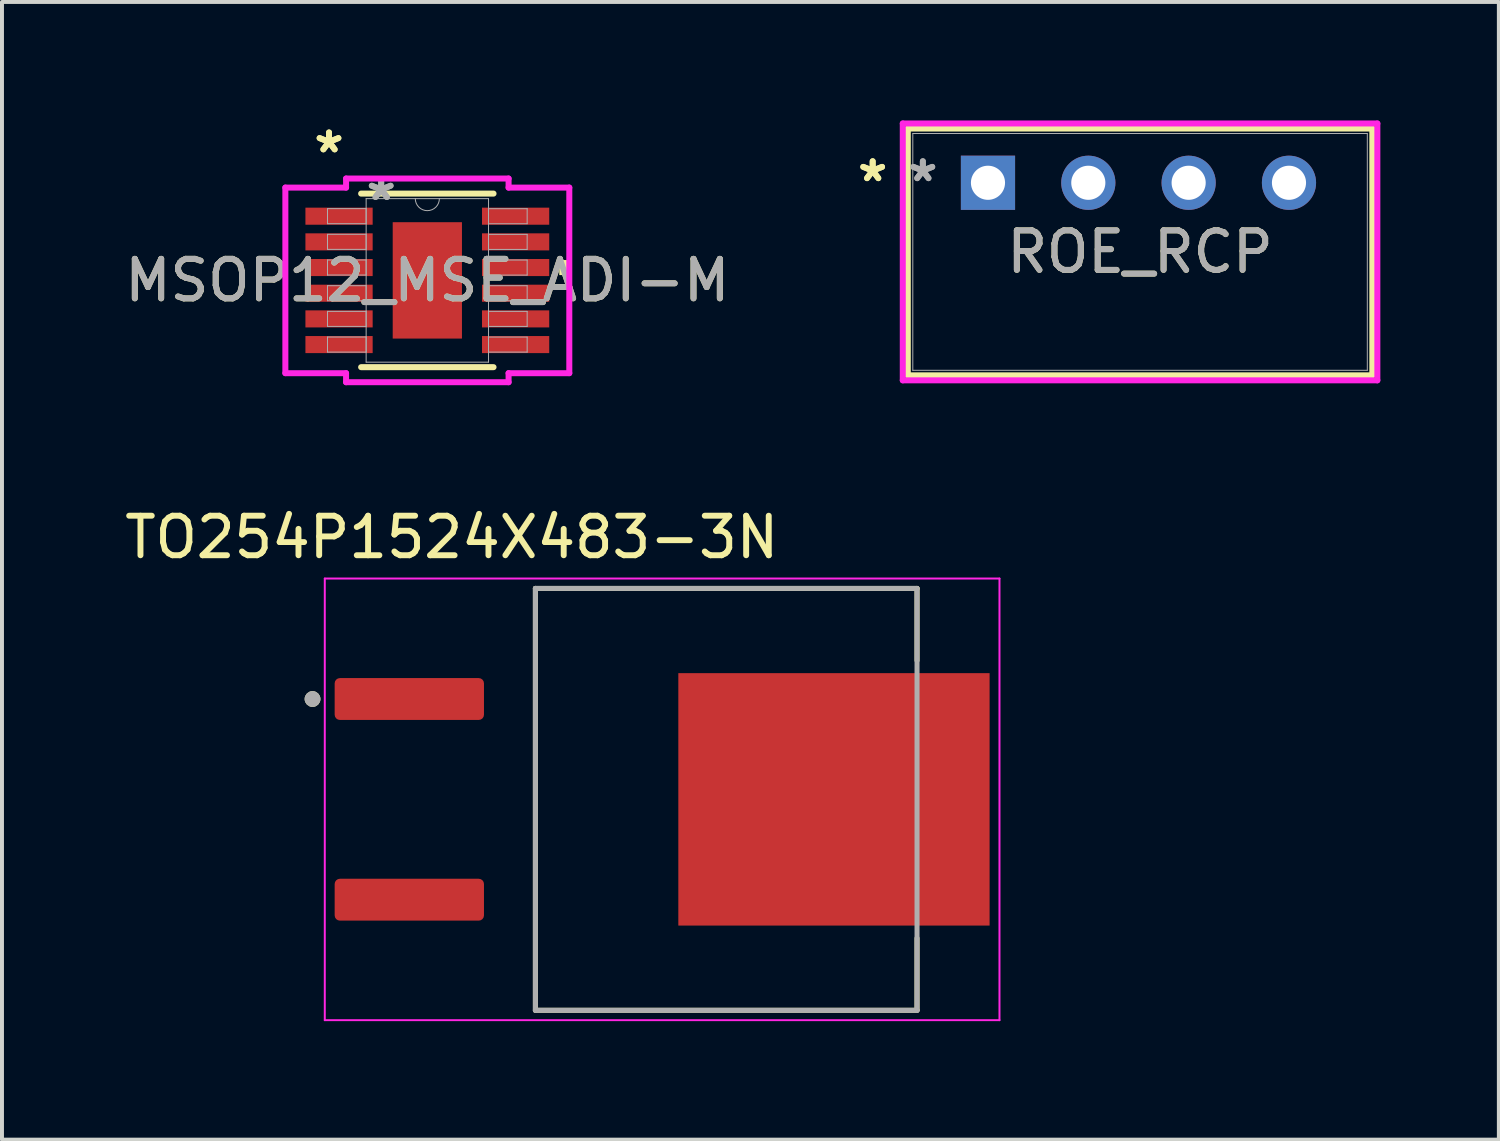
<source format=kicad_pcb>
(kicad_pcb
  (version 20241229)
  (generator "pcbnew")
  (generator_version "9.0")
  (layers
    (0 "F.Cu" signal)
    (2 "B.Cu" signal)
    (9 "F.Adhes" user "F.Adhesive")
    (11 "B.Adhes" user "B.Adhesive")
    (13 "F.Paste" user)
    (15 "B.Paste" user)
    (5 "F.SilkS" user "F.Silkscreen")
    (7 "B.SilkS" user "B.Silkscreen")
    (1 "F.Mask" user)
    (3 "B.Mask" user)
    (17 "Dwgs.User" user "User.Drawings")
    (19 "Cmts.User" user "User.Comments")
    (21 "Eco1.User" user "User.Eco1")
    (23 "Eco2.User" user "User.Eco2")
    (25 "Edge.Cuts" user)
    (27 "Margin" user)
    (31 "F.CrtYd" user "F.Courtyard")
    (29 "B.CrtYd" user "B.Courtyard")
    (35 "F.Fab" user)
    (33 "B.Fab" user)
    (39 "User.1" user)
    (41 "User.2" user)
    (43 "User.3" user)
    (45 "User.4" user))
  (footprint "ROE_RCP"
    (layer "F.Cu")
    (at 21.961 1.577)
    (property "Reference" "ROE_RCP" (at 3.85 1.75 0) (unlocked yes) (layer "F.SilkS") (effects (font (size 1 1) (thickness 0.15))))
    (attr through_hole)
    (fp_line (start -2.03 -1.374) (end -2.03 4.874) (stroke (width 0.152) (type solid)) (layer "F.SilkS"))
    (fp_line (start -2.03 4.874) (end 9.73 4.874) (stroke (width 0.152) (type solid)) (layer "F.SilkS"))
    (fp_line (start 9.73 -1.374) (end -2.03 -1.374) (stroke (width 0.152) (type solid)) (layer "F.SilkS"))
    (fp_line (start 9.73 4.874) (end 9.73 -1.374) (stroke (width 0.152) (type solid)) (layer "F.SilkS"))
    (fp_line (start -2.157 -1.501) (end 9.857 -1.501) (stroke (width 0.152) (type solid)) (layer "F.CrtYd"))
    (fp_line (start -2.157 5.001) (end -2.157 -1.501) (stroke (width 0.152) (type solid)) (layer "F.CrtYd"))
    (fp_line (start 9.857 -1.501) (end 9.857 5.001) (stroke (width 0.152) (type solid)) (layer "F.CrtYd"))
    (fp_line (start 9.857 5.001) (end -2.157 5.001) (stroke (width 0.152) (type solid)) (layer "F.CrtYd"))
    (fp_line (start -1.903 -1.247) (end -1.903 4.747) (stroke (width 0.025) (type solid)) (layer "F.Fab"))
    (fp_line (start -1.903 4.747) (end 9.603 4.747) (stroke (width 0.025) (type solid)) (layer "F.Fab"))
    (fp_line (start 9.603 -1.247) (end -1.903 -1.247) (stroke (width 0.025) (type solid)) (layer "F.Fab"))
    (fp_line (start 9.603 4.747) (end 9.603 -1.247) (stroke (width 0.025) (type solid)) (layer "F.Fab"))
    (fp_text user "*" (at -2.919 0 0) (layer "F.SilkS") (effects (font (size 1 1) (thickness 0.15))))
    (fp_text user "*" (at -2.919 0 0) (unlocked yes) (layer "F.SilkS") (effects (font (size 1 1) (thickness 0.15))))
    (fp_text user "*" (at -1.649 0 0) (layer "F.Fab") (effects (font (size 1 1) (thickness 0.15))))
    (fp_text user "${REFERENCE}" (at 3.85 1.75 0) (unlocked yes) (layer "F.Fab") (effects (font (size 1 1) (thickness 0.15))))
    (fp_text user "*" (at -1.649 0 0) (unlocked yes) (layer "F.Fab") (effects (font (size 1 1) (thickness 0.15))))
    (pad "1" thru_hole rect (at 0 0) (size 1.372 1.372) (drill 0.864) (layers "*.Cu" "*.Mask"))
    (pad "2" thru_hole circle (at 2.54 0) (size 1.372 1.372) (drill 0.864) (layers "*.Cu" "*.Mask"))
    (pad "3" thru_hole circle (at 5.08 0) (size 1.372 1.372) (drill 0.864) (layers "*.Cu" "*.Mask"))
    (pad "4" thru_hole circle (at 7.62 0) (size 1.372 1.372) (drill 0.864) (layers "*.Cu" "*.Mask")))
  (footprint "MSOP12_MSE_ADI-M"
    (layer "F.Cu")
    (at 7.768 4.048)
    (property "Reference" "MSOP12_MSE_ADI-M" (at 0 0 0) (unlocked yes) (layer "F.SilkS") (effects (font (size 1 1) (thickness 0.15))))
    (attr smd)
    (fp_line (start -1.676 2.197) (end 1.676 2.197) (stroke (width 0.152) (type solid)) (layer "F.SilkS"))
    (fp_line (start 1.676 -2.197) (end -1.676 -2.197) (stroke (width 0.152) (type solid)) (layer "F.SilkS"))
    (fp_poly (pts (xy 3.594 -0.515) (xy 3.594 -0.134) (xy 3.34 -0.134) (xy 3.34 -0.515)) (stroke (width 0) (type solid)) (fill yes) (layer "F.SilkS"))
    (fp_poly (pts (xy -0.776 -1.373) (xy -0.776 -0.1) (xy 0.776 -0.1) (xy 0.776 -1.373)) (stroke (width 0) (type solid)) (fill yes) (layer "F.Paste"))
    (fp_poly (pts (xy -0.776 0.1) (xy -0.776 1.373) (xy 0.776 1.373) (xy 0.776 0.1)) (stroke (width 0) (type solid)) (fill yes) (layer "F.Paste"))
    (fp_line (start -3.594 -2.349) (end -2.057 -2.349) (stroke (width 0.152) (type solid)) (layer "F.CrtYd"))
    (fp_line (start -3.594 2.349) (end -3.594 -2.349) (stroke (width 0.152) (type solid)) (layer "F.CrtYd"))
    (fp_line (start -3.594 2.349) (end -2.057 2.349) (stroke (width 0.152) (type solid)) (layer "F.CrtYd"))
    (fp_line (start -2.057 -2.578) (end 2.057 -2.578) (stroke (width 0.152) (type solid)) (layer "F.CrtYd"))
    (fp_line (start -2.057 -2.349) (end -2.057 -2.578) (stroke (width 0.152) (type solid)) (layer "F.CrtYd"))
    (fp_line (start -2.057 2.578) (end -2.057 2.349) (stroke (width 0.152) (type solid)) (layer "F.CrtYd"))
    (fp_line (start 2.057 -2.578) (end 2.057 -2.349) (stroke (width 0.152) (type solid)) (layer "F.CrtYd"))
    (fp_line (start 2.057 2.349) (end 2.057 2.578) (stroke (width 0.152) (type solid)) (layer "F.CrtYd"))
    (fp_line (start 2.057 2.578) (end -2.057 2.578) (stroke (width 0.152) (type solid)) (layer "F.CrtYd"))
    (fp_line (start 3.594 -2.349) (end 2.057 -2.349) (stroke (width 0.152) (type solid)) (layer "F.CrtYd"))
    (fp_line (start 3.594 -2.349) (end 3.594 2.349) (stroke (width 0.152) (type solid)) (layer "F.CrtYd"))
    (fp_line (start 3.594 2.349) (end 2.057 2.349) (stroke (width 0.152) (type solid)) (layer "F.CrtYd"))
    (fp_line (start -2.527 -1.816) (end -2.527 -1.435) (stroke (width 0.025) (type solid)) (layer "F.Fab"))
    (fp_line (start -2.527 -1.435) (end -1.549 -1.435) (stroke (width 0.025) (type solid)) (layer "F.Fab"))
    (fp_line (start -2.527 -1.166) (end -2.527 -0.785) (stroke (width 0.025) (type solid)) (layer "F.Fab"))
    (fp_line (start -2.527 -0.785) (end -1.549 -0.785) (stroke (width 0.025) (type solid)) (layer "F.Fab"))
    (fp_line (start -2.527 -0.516) (end -2.527 -0.135) (stroke (width 0.025) (type solid)) (layer "F.Fab"))
    (fp_line (start -2.527 -0.135) (end -1.549 -0.135) (stroke (width 0.025) (type solid)) (layer "F.Fab"))
    (fp_line (start -2.527 0.134) (end -2.527 0.515) (stroke (width 0.025) (type solid)) (layer "F.Fab"))
    (fp_line (start -2.527 0.515) (end -1.549 0.515) (stroke (width 0.025) (type solid)) (layer "F.Fab"))
    (fp_line (start -2.527 0.784) (end -2.527 1.165) (stroke (width 0.025) (type solid)) (layer "F.Fab"))
    (fp_line (start -2.527 1.165) (end -1.549 1.165) (stroke (width 0.025) (type solid)) (layer "F.Fab"))
    (fp_line (start -2.527 1.434) (end -2.527 1.815) (stroke (width 0.025) (type solid)) (layer "F.Fab"))
    (fp_line (start -2.527 1.815) (end -1.549 1.815) (stroke (width 0.025) (type solid)) (layer "F.Fab"))
    (fp_line (start -1.549 -2.07) (end -1.549 2.07) (stroke (width 0.025) (type solid)) (layer "F.Fab"))
    (fp_line (start -1.549 -1.816) (end -2.527 -1.816) (stroke (width 0.025) (type solid)) (layer "F.Fab"))
    (fp_line (start -1.549 -1.435) (end -1.549 -1.816) (stroke (width 0.025) (type solid)) (layer "F.Fab"))
    (fp_line (start -1.549 -1.166) (end -2.527 -1.166) (stroke (width 0.025) (type solid)) (layer "F.Fab"))
    (fp_line (start -1.549 -0.785) (end -1.549 -1.166) (stroke (width 0.025) (type solid)) (layer "F.Fab"))
    (fp_line (start -1.549 -0.516) (end -2.527 -0.516) (stroke (width 0.025) (type solid)) (layer "F.Fab"))
    (fp_line (start -1.549 -0.135) (end -1.549 -0.516) (stroke (width 0.025) (type solid)) (layer "F.Fab"))
    (fp_line (start -1.549 0.134) (end -2.527 0.134) (stroke (width 0.025) (type solid)) (layer "F.Fab"))
    (fp_line (start -1.549 0.515) (end -1.549 0.134) (stroke (width 0.025) (type solid)) (layer "F.Fab"))
    (fp_line (start -1.549 0.784) (end -2.527 0.784) (stroke (width 0.025) (type solid)) (layer "F.Fab"))
    (fp_line (start -1.549 1.165) (end -1.549 0.784) (stroke (width 0.025) (type solid)) (layer "F.Fab"))
    (fp_line (start -1.549 1.434) (end -2.527 1.434) (stroke (width 0.025) (type solid)) (layer "F.Fab"))
    (fp_line (start -1.549 1.815) (end -1.549 1.434) (stroke (width 0.025) (type solid)) (layer "F.Fab"))
    (fp_line (start -1.549 2.07) (end 1.549 2.07) (stroke (width 0.025) (type solid)) (layer "F.Fab"))
    (fp_line (start 1.549 -2.07) (end -1.549 -2.07) (stroke (width 0.025) (type solid)) (layer "F.Fab"))
    (fp_line (start 1.549 -1.815) (end 1.549 -1.434) (stroke (width 0.025) (type solid)) (layer "F.Fab"))
    (fp_line (start 1.549 -1.434) (end 2.527 -1.434) (stroke (width 0.025) (type solid)) (layer "F.Fab"))
    (fp_line (start 1.549 -1.165) (end 1.549 -0.784) (stroke (width 0.025) (type solid)) (layer "F.Fab"))
    (fp_line (start 1.549 -0.784) (end 2.527 -0.784) (stroke (width 0.025) (type solid)) (layer "F.Fab"))
    (fp_line (start 1.549 -0.515) (end 1.549 -0.134) (stroke (width 0.025) (type solid)) (layer "F.Fab"))
    (fp_line (start 1.549 -0.134) (end 2.527 -0.134) (stroke (width 0.025) (type solid)) (layer "F.Fab"))
    (fp_line (start 1.549 0.135) (end 1.549 0.516) (stroke (width 0.025) (type solid)) (layer "F.Fab"))
    (fp_line (start 1.549 0.516) (end 2.527 0.516) (stroke (width 0.025) (type solid)) (layer "F.Fab"))
    (fp_line (start 1.549 0.785) (end 1.549 1.166) (stroke (width 0.025) (type solid)) (layer "F.Fab"))
    (fp_line (start 1.549 1.166) (end 2.527 1.166) (stroke (width 0.025) (type solid)) (layer "F.Fab"))
    (fp_line (start 1.549 1.435) (end 1.549 1.816) (stroke (width 0.025) (type solid)) (layer "F.Fab"))
    (fp_line (start 1.549 1.816) (end 2.527 1.816) (stroke (width 0.025) (type solid)) (layer "F.Fab"))
    (fp_line (start 1.549 2.07) (end 1.549 -2.07) (stroke (width 0.025) (type solid)) (layer "F.Fab"))
    (fp_line (start 2.527 -1.815) (end 1.549 -1.815) (stroke (width 0.025) (type solid)) (layer "F.Fab"))
    (fp_line (start 2.527 -1.434) (end 2.527 -1.815) (stroke (width 0.025) (type solid)) (layer "F.Fab"))
    (fp_line (start 2.527 -1.165) (end 1.549 -1.165) (stroke (width 0.025) (type solid)) (layer "F.Fab"))
    (fp_line (start 2.527 -0.784) (end 2.527 -1.165) (stroke (width 0.025) (type solid)) (layer "F.Fab"))
    (fp_line (start 2.527 -0.515) (end 1.549 -0.515) (stroke (width 0.025) (type solid)) (layer "F.Fab"))
    (fp_line (start 2.527 -0.134) (end 2.527 -0.515) (stroke (width 0.025) (type solid)) (layer "F.Fab"))
    (fp_line (start 2.527 0.135) (end 1.549 0.135) (stroke (width 0.025) (type solid)) (layer "F.Fab"))
    (fp_line (start 2.527 0.516) (end 2.527 0.135) (stroke (width 0.025) (type solid)) (layer "F.Fab"))
    (fp_line (start 2.527 0.785) (end 1.549 0.785) (stroke (width 0.025) (type solid)) (layer "F.Fab"))
    (fp_line (start 2.527 1.166) (end 2.527 0.785) (stroke (width 0.025) (type solid)) (layer "F.Fab"))
    (fp_line (start 2.527 1.435) (end 1.549 1.435) (stroke (width 0.025) (type solid)) (layer "F.Fab"))
    (fp_line (start 2.527 1.816) (end 2.527 1.435) (stroke (width 0.025) (type solid)) (layer "F.Fab"))
    (fp_arc (start 0.3048 -2.0701) (mid 0 -1.7653) (end -0.3048 -2.0701) (stroke (width 0.0254) (type solid)) (layer "F.Fab"))
    (fp_text user "*" (at -2.489 -3.2 0) (layer "F.SilkS") (effects (font (size 1 1) (thickness 0.15))))
    (fp_text user "*" (at -2.489 -3.2 0) (unlocked yes) (layer "F.SilkS") (effects (font (size 1 1) (thickness 0.15))))
    (fp_text user "*" (at -1.168 -1.994 0) (unlocked yes) (layer "F.Fab") (effects (font (size 1 1) (thickness 0.15))))
    (fp_text user "${REFERENCE}" (at 0 0 0) (unlocked yes) (layer "F.Fab") (effects (font (size 1 1) (thickness 0.15))))
    (fp_text user "*" (at -1.168 -1.994 0) (layer "F.Fab") (effects (font (size 1 1) (thickness 0.15))))
    (pad "1" smd rect (at -2.235 -1.625) (size 1.702 0.432) (layers "F.Cu" "F.Mask" "F.Paste"))
    (pad "2" smd rect (at -2.235 -0.975) (size 1.702 0.432) (layers "F.Cu" "F.Mask" "F.Paste"))
    (pad "3" smd rect (at -2.235 -0.325) (size 1.702 0.432) (layers "F.Cu" "F.Mask" "F.Paste"))
    (pad "4" smd rect (at -2.235 0.325) (size 1.702 0.432) (layers "F.Cu" "F.Mask" "F.Paste"))
    (pad "5" smd rect (at -2.235 0.975) (size 1.702 0.432) (layers "F.Cu" "F.Mask" "F.Paste"))
    (pad "6" smd rect (at -2.235 1.625) (size 1.702 0.432) (layers "F.Cu" "F.Mask" "F.Paste"))
    (pad "7" smd rect (at 2.235 1.625) (size 1.702 0.432) (layers "F.Cu" "F.Mask" "F.Paste"))
    (pad "8" smd rect (at 2.235 0.975) (size 1.702 0.432) (layers "F.Cu" "F.Mask" "F.Paste"))
    (pad "9" smd rect (at 2.235 0.325) (size 1.702 0.432) (layers "F.Cu" "F.Mask" "F.Paste"))
    (pad "10" smd rect (at 2.235 -0.325) (size 1.702 0.432) (layers "F.Cu" "F.Mask" "F.Paste"))
    (pad "11" smd rect (at 2.235 -0.975) (size 1.702 0.432) (layers "F.Cu" "F.Mask" "F.Paste"))
    (pad "12" smd rect (at 2.235 -1.625) (size 1.702 0.432) (layers "F.Cu" "F.Mask" "F.Paste"))
    (pad "13" smd rect (at 0 0) (size 1.753 2.946) (layers "F.Cu" "F.Mask")))
  (footprint "TO254P1524X483-3N"
    (layer "F.Cu")
    (at 13.712 17.186)
    (property "Reference" "TO254P1524X483-3N" (at -5.325 -6.635 0) (layer "F.SilkS") (effects (font (size 1 1) (thickness 0.15))))
    (attr smd)
    (fp_line (start -3.208 -5.34) (end 6.453 -5.34) (stroke (width 0.127) (type solid)) (layer "F.SilkS"))
    (fp_line (start -3.208 5.34) (end -3.208 -5.34) (stroke (width 0.127) (type solid)) (layer "F.SilkS"))
    (fp_line (start 6.453 -5.34) (end 6.453 -3.515) (stroke (width 0.127) (type solid)) (layer "F.SilkS"))
    (fp_line (start 6.453 5.34) (end -3.208 5.34) (stroke (width 0.127) (type solid)) (layer "F.SilkS"))
    (fp_line (start 6.453 5.34) (end 6.453 3.515) (stroke (width 0.127) (type solid)) (layer "F.SilkS"))
    (fp_circle (center -8.85 -2.54) (end -8.75 -2.54) (stroke (width 0.2) (type solid)) (fill no) (layer "F.SilkS"))
    (fp_poly (pts (xy 0.67 -2.85) (xy 2.12 -2.85) (xy 2.12 -1.41) (xy 0.67 -1.41)) (stroke (width 0.01) (type solid)) (fill yes) (layer "F.Paste"))
    (fp_poly (pts (xy 0.67 -0.72) (xy 2.12 -0.72) (xy 2.12 0.72) (xy 0.67 0.72)) (stroke (width 0.01) (type solid)) (fill yes) (layer "F.Paste"))
    (fp_poly (pts (xy 0.67 1.41) (xy 2.12 1.41) (xy 2.12 2.85) (xy 0.67 2.85)) (stroke (width 0.01) (type solid)) (fill yes) (layer "F.Paste"))
    (fp_poly (pts (xy 2.64 -2.85) (xy 4.09 -2.85) (xy 4.09 -1.41) (xy 2.64 -1.41)) (stroke (width 0.01) (type solid)) (fill yes) (layer "F.Paste"))
    (fp_poly (pts (xy 2.64 -0.72) (xy 4.09 -0.72) (xy 4.09 0.72) (xy 2.64 0.72)) (stroke (width 0.01) (type solid)) (fill yes) (layer "F.Paste"))
    (fp_poly (pts (xy 2.64 1.41) (xy 4.09 1.41) (xy 4.09 2.85) (xy 2.64 2.85)) (stroke (width 0.01) (type solid)) (fill yes) (layer "F.Paste"))
    (fp_poly (pts (xy 4.61 -2.85) (xy 6.06 -2.85) (xy 6.06 -1.41) (xy 4.61 -1.41)) (stroke (width 0.01) (type solid)) (fill yes) (layer "F.Paste"))
    (fp_poly (pts (xy 4.61 -0.72) (xy 6.06 -0.72) (xy 6.06 0.72) (xy 4.61 0.72)) (stroke (width 0.01) (type solid)) (fill yes) (layer "F.Paste"))
    (fp_poly (pts (xy 4.61 1.41) (xy 6.06 1.41) (xy 6.06 2.85) (xy 4.61 2.85)) (stroke (width 0.01) (type solid)) (fill yes) (layer "F.Paste"))
    (fp_poly (pts (xy 6.58 -2.85) (xy 8.03 -2.85) (xy 8.03 -1.41) (xy 6.58 -1.41)) (stroke (width 0.01) (type solid)) (fill yes) (layer "F.Paste"))
    (fp_poly (pts (xy 6.58 -0.72) (xy 8.03 -0.72) (xy 8.03 0.72) (xy 6.58 0.72)) (stroke (width 0.01) (type solid)) (fill yes) (layer "F.Paste"))
    (fp_poly (pts (xy 6.58 1.41) (xy 8.03 1.41) (xy 8.03 2.85) (xy 6.58 2.85)) (stroke (width 0.01) (type solid)) (fill yes) (layer "F.Paste"))
    (fp_line (start -8.54 -5.59) (end 8.54 -5.59) (stroke (width 0.05) (type solid)) (layer "F.CrtYd"))
    (fp_line (start -8.54 5.59) (end -8.54 -5.59) (stroke (width 0.05) (type solid)) (layer "F.CrtYd"))
    (fp_line (start 8.54 -5.59) (end 8.54 5.59) (stroke (width 0.05) (type solid)) (layer "F.CrtYd"))
    (fp_line (start 8.54 5.59) (end -8.54 5.59) (stroke (width 0.05) (type solid)) (layer "F.CrtYd"))
    (fp_line (start -3.208 -5.34) (end 6.453 -5.34) (stroke (width 0.127) (type solid)) (layer "F.Fab"))
    (fp_line (start -3.208 5.34) (end -3.208 -5.34) (stroke (width 0.127) (type solid)) (layer "F.Fab"))
    (fp_line (start 6.453 -5.34) (end 6.453 5.34) (stroke (width 0.127) (type solid)) (layer "F.Fab"))
    (fp_line (start 6.453 5.34) (end -3.208 5.34) (stroke (width 0.127) (type solid)) (layer "F.Fab"))
    (fp_circle (center -8.85 -2.54) (end -8.75 -2.54) (stroke (width 0.2) (type solid)) (fill no) (layer "F.Fab"))
    (pad "1" smd rect (at 4.35 0) (size 7.88 6.39) (layers "F.Cu" "F.Mask"))
    (pad "2" smd roundrect (at -6.4 -2.54) (size 3.78 1.06) (layers "F.Cu" "F.Mask" "F.Paste") (roundrect_rratio 0.125))
    (pad "3" smd roundrect (at -6.4 2.54) (size 3.78 1.06) (layers "F.Cu" "F.Mask" "F.Paste") (roundrect_rratio 0.125)))
  (gr_rect
    (start -3 -3)
    (end 34.894 25.801)
    (stroke (width 0.1) (type default))
    (fill no)
    (layer "Edge.Cuts")))
</source>
